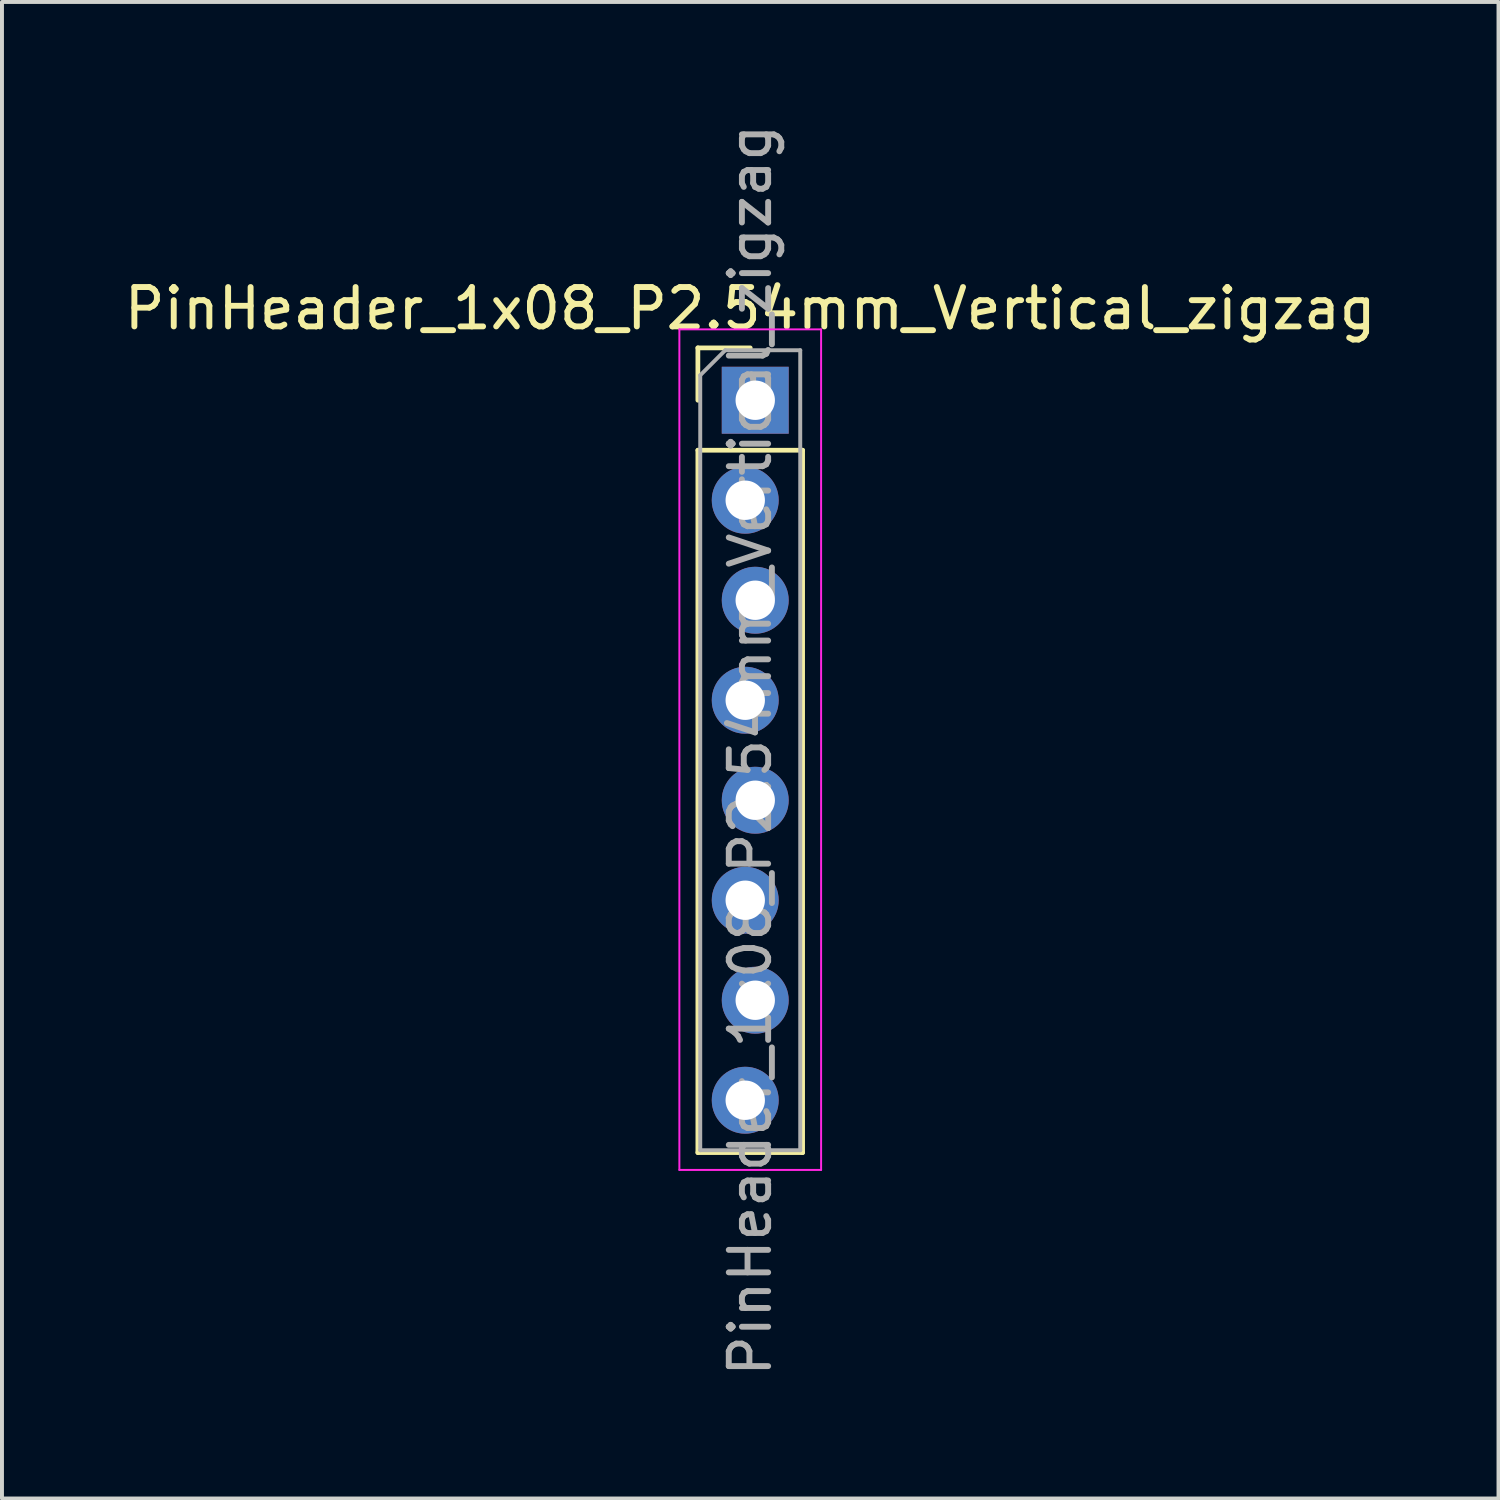
<source format=kicad_pcb>
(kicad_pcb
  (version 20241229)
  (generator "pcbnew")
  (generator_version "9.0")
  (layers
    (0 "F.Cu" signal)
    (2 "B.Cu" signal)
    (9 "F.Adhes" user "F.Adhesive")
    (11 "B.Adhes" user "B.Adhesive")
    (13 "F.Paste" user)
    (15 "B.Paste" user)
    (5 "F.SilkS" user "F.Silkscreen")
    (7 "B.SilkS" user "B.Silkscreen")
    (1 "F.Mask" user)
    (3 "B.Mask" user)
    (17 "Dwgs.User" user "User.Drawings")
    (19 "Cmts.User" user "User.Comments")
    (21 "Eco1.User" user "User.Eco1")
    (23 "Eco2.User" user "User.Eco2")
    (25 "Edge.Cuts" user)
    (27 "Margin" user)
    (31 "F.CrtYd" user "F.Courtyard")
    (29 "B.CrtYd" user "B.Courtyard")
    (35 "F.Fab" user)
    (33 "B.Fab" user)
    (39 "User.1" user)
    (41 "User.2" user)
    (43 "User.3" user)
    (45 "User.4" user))
  (footprint "PinHeader_1x08_P2.54mm_Vertical_zigzag"
    (layer "F.Cu")
    (at 16.006 7.116)
    (property "Reference" "PinHeader_1x08_P2.54mm_Vertical_zigzag" (at 0 -2.33 0) (layer "F.SilkS") (effects (font (size 1 1) (thickness 0.15))))
    (attr through_hole)
    (fp_line (start -1.33 -1.33) (end 0 -1.33) (stroke (width 0.12) (type solid)) (layer "F.SilkS"))
    (fp_line (start -1.33 0) (end -1.33 -1.33) (stroke (width 0.12) (type solid)) (layer "F.SilkS"))
    (fp_line (start -1.33 1.27) (end -1.33 19.11) (stroke (width 0.12) (type solid)) (layer "F.SilkS"))
    (fp_line (start -1.33 1.27) (end 1.33 1.27) (stroke (width 0.12) (type solid)) (layer "F.SilkS"))
    (fp_line (start -1.33 19.11) (end 1.33 19.11) (stroke (width 0.12) (type solid)) (layer "F.SilkS"))
    (fp_line (start 1.33 1.27) (end 1.33 19.11) (stroke (width 0.12) (type solid)) (layer "F.SilkS"))
    (fp_line (start -1.8 -1.8) (end -1.8 19.55) (stroke (width 0.05) (type solid)) (layer "F.CrtYd"))
    (fp_line (start -1.8 19.55) (end 1.8 19.55) (stroke (width 0.05) (type solid)) (layer "F.CrtYd"))
    (fp_line (start 1.8 -1.8) (end -1.8 -1.8) (stroke (width 0.05) (type solid)) (layer "F.CrtYd"))
    (fp_line (start 1.8 19.55) (end 1.8 -1.8) (stroke (width 0.05) (type solid)) (layer "F.CrtYd"))
    (fp_line (start -1.27 -0.635) (end -0.635 -1.27) (stroke (width 0.1) (type solid)) (layer "F.Fab"))
    (fp_line (start -1.27 19.05) (end -1.27 -0.635) (stroke (width 0.1) (type solid)) (layer "F.Fab"))
    (fp_line (start -0.635 -1.27) (end 1.27 -1.27) (stroke (width 0.1) (type solid)) (layer "F.Fab"))
    (fp_line (start 1.27 -1.27) (end 1.27 19.05) (stroke (width 0.1) (type solid)) (layer "F.Fab"))
    (fp_line (start 1.27 19.05) (end -1.27 19.05) (stroke (width 0.1) (type solid)) (layer "F.Fab"))
    (fp_text user "${REFERENCE}" (at 0 8.89 90) (layer "F.Fab") (effects (font (size 1 1) (thickness 0.15))))
    (pad "1" thru_hole rect (at 0.127 0) (size 1.7 1.7) (drill 1) (layers "*.Cu" "*.Mask"))
    (pad "2" thru_hole oval (at -0.127 2.54) (size 1.7 1.7) (drill 1) (layers "*.Cu" "*.Mask"))
    (pad "3" thru_hole oval (at 0.127 5.08) (size 1.7 1.7) (drill 1) (layers "*.Cu" "*.Mask"))
    (pad "4" thru_hole oval (at -0.127 7.62) (size 1.7 1.7) (drill 1) (layers "*.Cu" "*.Mask"))
    (pad "5" thru_hole oval (at 0.127 10.16) (size 1.7 1.7) (drill 1) (layers "*.Cu" "*.Mask"))
    (pad "6" thru_hole oval (at -0.127 12.7) (size 1.7 1.7) (drill 1) (layers "*.Cu" "*.Mask"))
    (pad "7" thru_hole oval (at 0.127 15.24) (size 1.7 1.7) (drill 1) (layers "*.Cu" "*.Mask"))
    (pad "8" thru_hole oval (at -0.127 17.78) (size 1.7 1.7) (drill 1) (layers "*.Cu" "*.Mask")))
  (gr_rect
    (start -3 -3)
    (end 35.012 35.012)
    (stroke (width 0.1) (type default))
    (fill no)
    (layer "Edge.Cuts")))
</source>
